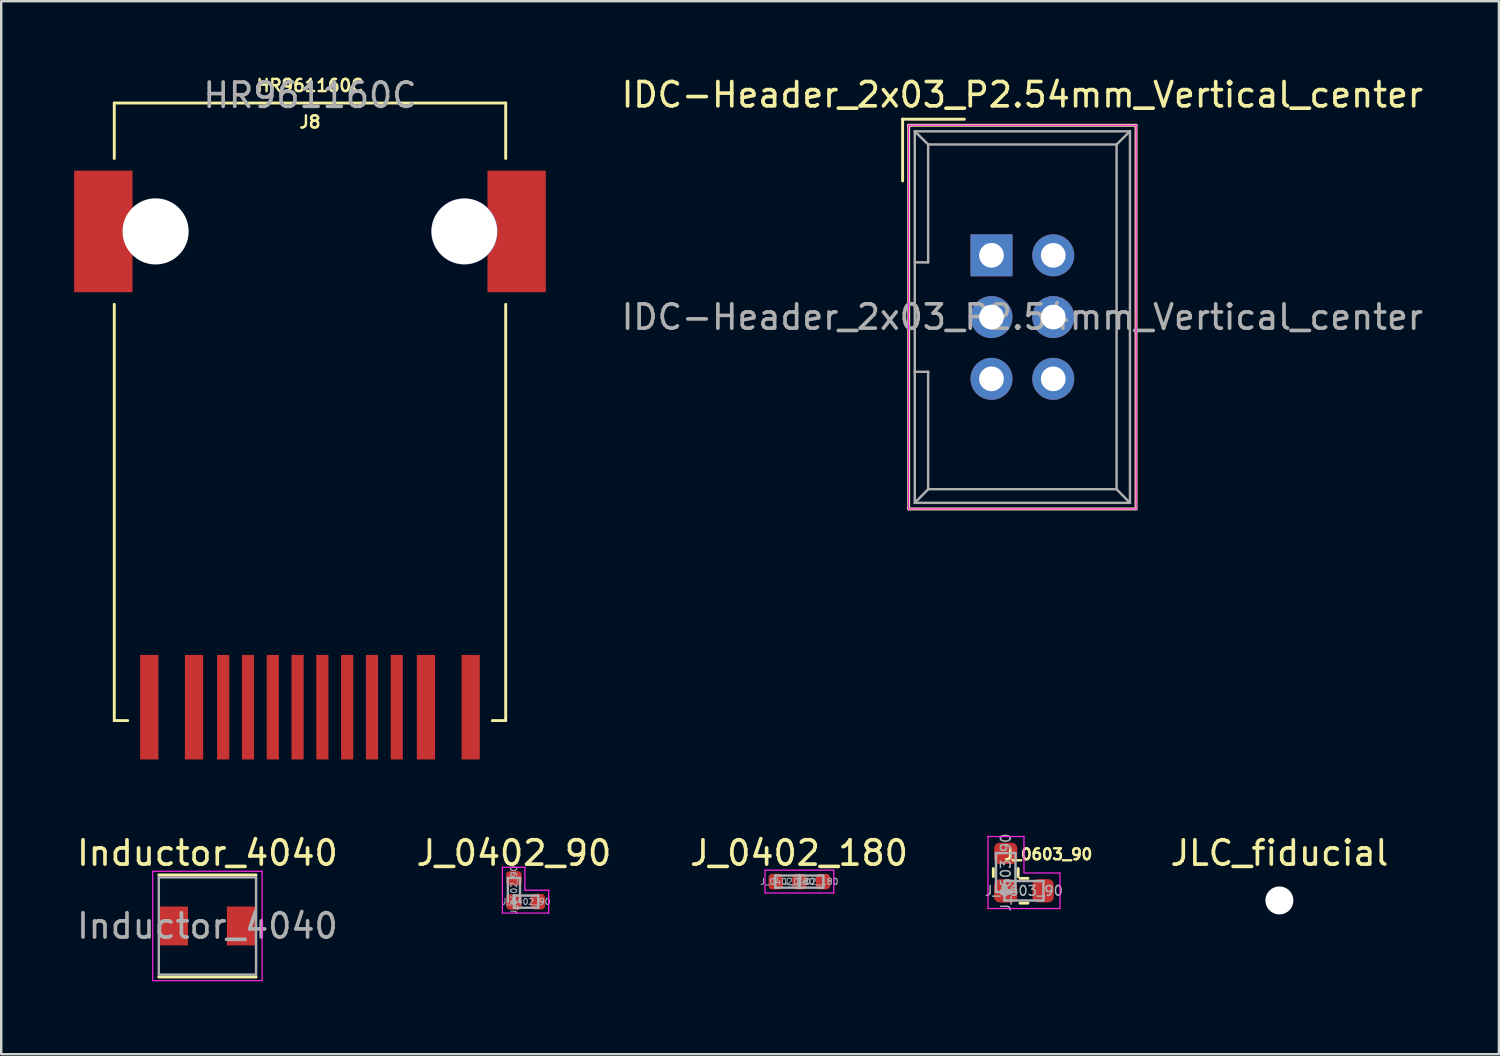
<source format=kicad_pcb>
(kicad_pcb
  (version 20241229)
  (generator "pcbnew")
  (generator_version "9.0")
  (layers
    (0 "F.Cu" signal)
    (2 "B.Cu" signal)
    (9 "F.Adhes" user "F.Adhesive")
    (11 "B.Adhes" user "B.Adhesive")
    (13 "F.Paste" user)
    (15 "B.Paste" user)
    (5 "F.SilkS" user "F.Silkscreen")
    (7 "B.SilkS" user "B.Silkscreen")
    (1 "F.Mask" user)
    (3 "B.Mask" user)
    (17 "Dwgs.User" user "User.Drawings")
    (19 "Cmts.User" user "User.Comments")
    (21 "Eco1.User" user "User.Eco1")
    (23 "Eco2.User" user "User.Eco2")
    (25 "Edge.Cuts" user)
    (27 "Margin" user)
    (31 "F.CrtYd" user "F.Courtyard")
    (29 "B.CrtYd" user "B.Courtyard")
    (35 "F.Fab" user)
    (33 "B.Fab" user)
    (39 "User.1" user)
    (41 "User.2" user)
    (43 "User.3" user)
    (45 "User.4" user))
  (footprint "J_0402_180"
    (layer "F.Cu")
    (at 29.815 33.211)
    (property "Reference" "J_0402_180" (at 0 -1.175 0) (layer "F.SilkS") (effects (font (size 1 1) (thickness 0.15))))
    (attr smd)
    (fp_line (start -1.4 -0.47) (end 1.43 -0.47) (stroke (width 0.05) (type solid)) (layer "F.CrtYd"))
    (fp_line (start -1.4 0.47) (end -1.4 -0.47) (stroke (width 0.05) (type solid)) (layer "F.CrtYd"))
    (fp_line (start 1.43 -0.47) (end 1.43 0.47) (stroke (width 0.05) (type solid)) (layer "F.CrtYd"))
    (fp_line (start 1.43 0.47) (end -1.4 0.47) (stroke (width 0.05) (type solid)) (layer "F.CrtYd"))
    (fp_line (start -0.975 -0.25) (end 0.025 -0.25) (stroke (width 0.1) (type solid)) (layer "F.Fab"))
    (fp_line (start -0.975 0.25) (end -0.975 -0.25) (stroke (width 0.1) (type solid)) (layer "F.Fab"))
    (fp_line (start 0 -0.25) (end 1 -0.25) (stroke (width 0.1) (type solid)) (layer "F.Fab"))
    (fp_line (start 0 0.25) (end 0 -0.25) (stroke (width 0.1) (type solid)) (layer "F.Fab"))
    (fp_line (start 0.025 -0.25) (end 0.025 0.25) (stroke (width 0.1) (type solid)) (layer "F.Fab"))
    (fp_line (start 0.025 0.25) (end -0.975 0.25) (stroke (width 0.1) (type solid)) (layer "F.Fab"))
    (fp_line (start 1 -0.25) (end 1 0.25) (stroke (width 0.1) (type solid)) (layer "F.Fab"))
    (fp_line (start 1 0.25) (end 0 0.25) (stroke (width 0.1) (type solid)) (layer "F.Fab"))
    (fp_text user "${REFERENCE}" (at 0.5 0 0) (layer "F.Fab") (effects (font (size 0.25 0.25) (thickness 0.04))))
    (fp_text user "${REFERENCE}" (at -0.475 0 0) (layer "F.Fab") (effects (font (size 0.25 0.25) (thickness 0.04))))
    (pad "1" smd roundrect (at 0.015 0) (size 0.59 0.64) (layers "F.Cu" "F.Mask" "F.Paste") (roundrect_rratio 0.25))
    (pad "2" smd roundrect (at 0.985 0) (size 0.59 0.64) (layers "F.Cu" "F.Mask" "F.Paste") (roundrect_rratio 0.25))
    (pad "3" smd roundrect (at -0.96 0) (size 0.59 0.64) (layers "F.Cu" "F.Mask" "F.Paste") (roundrect_rratio 0.25)))
  (footprint "Inductor_4040"
    (layer "F.Cu")
    (at 5.482 35.036)
    (property "Reference" "Inductor_4040" (at 0 -3 0) (layer "F.SilkS") (effects (font (size 1 1) (thickness 0.15))))
    (attr smd)
    (fp_line (start -2 -2.1) (end 2 -2.1) (stroke (width 0.12) (type solid)) (layer "F.SilkS"))
    (fp_line (start -2 2.1) (end 2 2.1) (stroke (width 0.12) (type solid)) (layer "F.SilkS"))
    (fp_line (start -2.25 -2.25) (end -2.25 2.25) (stroke (width 0.05) (type solid)) (layer "F.CrtYd"))
    (fp_line (start -2.25 2.25) (end 2.25 2.25) (stroke (width 0.05) (type solid)) (layer "F.CrtYd"))
    (fp_line (start 2.25 -2.25) (end -2.25 -2.25) (stroke (width 0.05) (type solid)) (layer "F.CrtYd"))
    (fp_line (start 2.25 2.25) (end 2.25 -2.25) (stroke (width 0.05) (type solid)) (layer "F.CrtYd"))
    (fp_line (start -2 -2) (end -2 2) (stroke (width 0.1) (type solid)) (layer "F.Fab"))
    (fp_line (start -2 2) (end 2 2) (stroke (width 0.1) (type solid)) (layer "F.Fab"))
    (fp_line (start 2 -2) (end -2 -2) (stroke (width 0.1) (type solid)) (layer "F.Fab"))
    (fp_line (start 2 2) (end 2 -2) (stroke (width 0.1) (type solid)) (layer "F.Fab"))
    (fp_text user "${REFERENCE}" (at 0 0 0) (layer "F.Fab") (effects (font (size 1 1) (thickness 0.15))))
    (pad "1" smd rect (at -1.4 0) (size 1.2 1.6) (layers "F.Cu" "F.Mask" "F.Paste"))
    (pad "2" smd rect (at 1.4 0) (size 1.2 1.6) (layers "F.Cu" "F.Mask" "F.Paste")))
  (footprint "IDC-Header_2x03_P2.54mm_Vertical_center"
    (layer "F.Cu")
    (at 39.031 9.992)
    (property "Reference" "IDC-Header_2x03_P2.54mm_Vertical_center" (at -0.03 -9.144 0) (layer "F.SilkS") (effects (font (size 1 1) (thickness 0.15))))
    (attr through_hole)
    (fp_line (start -4.955 -8.14) (end -4.955 -5.6) (stroke (width 0.12) (type solid)) (layer "F.SilkS"))
    (fp_line (start -4.955 -8.14) (end -2.415 -8.14) (stroke (width 0.12) (type solid)) (layer "F.SilkS"))
    (fp_line (start -4.705 -7.89) (end 4.645 -7.89) (stroke (width 0.12) (type solid)) (layer "F.SilkS"))
    (fp_line (start -4.705 7.89) (end -4.705 -7.89) (stroke (width 0.12) (type solid)) (layer "F.SilkS"))
    (fp_line (start 4.645 -7.89) (end 4.645 7.89) (stroke (width 0.12) (type solid)) (layer "F.SilkS"))
    (fp_line (start 4.645 7.89) (end -4.705 7.89) (stroke (width 0.12) (type solid)) (layer "F.SilkS"))
    (fp_line (start -4.71 -7.89) (end 4.65 -7.89) (stroke (width 0.05) (type solid)) (layer "F.CrtYd"))
    (fp_line (start -4.71 7.89) (end -4.71 -7.89) (stroke (width 0.05) (type solid)) (layer "F.CrtYd"))
    (fp_line (start 4.65 -7.89) (end 4.65 7.89) (stroke (width 0.05) (type solid)) (layer "F.CrtYd"))
    (fp_line (start 4.65 7.89) (end -4.71 7.89) (stroke (width 0.05) (type solid)) (layer "F.CrtYd"))
    (fp_line (start -4.455 -7.64) (end -4.455 7.64) (stroke (width 0.1) (type solid)) (layer "F.Fab"))
    (fp_line (start -4.455 -7.64) (end -3.905 -7.1) (stroke (width 0.1) (type solid)) (layer "F.Fab"))
    (fp_line (start -4.455 7.64) (end -3.905 7.08) (stroke (width 0.1) (type solid)) (layer "F.Fab"))
    (fp_line (start -3.905 -7.1) (end -3.905 -2.25) (stroke (width 0.1) (type solid)) (layer "F.Fab"))
    (fp_line (start -3.905 -2.25) (end -4.455 -2.25) (stroke (width 0.1) (type solid)) (layer "F.Fab"))
    (fp_line (start -3.905 2.25) (end -4.455 2.25) (stroke (width 0.1) (type solid)) (layer "F.Fab"))
    (fp_line (start -3.905 2.25) (end -3.905 7.08) (stroke (width 0.1) (type solid)) (layer "F.Fab"))
    (fp_line (start 3.845 -7.1) (end -3.905 -7.1) (stroke (width 0.1) (type solid)) (layer "F.Fab"))
    (fp_line (start 3.845 -7.1) (end 3.845 7.08) (stroke (width 0.1) (type solid)) (layer "F.Fab"))
    (fp_line (start 3.845 7.08) (end -3.905 7.08) (stroke (width 0.1) (type solid)) (layer "F.Fab"))
    (fp_line (start 4.395 -7.64) (end -4.455 -7.64) (stroke (width 0.1) (type solid)) (layer "F.Fab"))
    (fp_line (start 4.395 -7.64) (end 3.845 -7.1) (stroke (width 0.1) (type solid)) (layer "F.Fab"))
    (fp_line (start 4.395 -7.64) (end 4.395 7.64) (stroke (width 0.1) (type solid)) (layer "F.Fab"))
    (fp_line (start 4.395 7.64) (end -4.455 7.64) (stroke (width 0.1) (type solid)) (layer "F.Fab"))
    (fp_line (start 4.395 7.64) (end 3.845 7.08) (stroke (width 0.1) (type solid)) (layer "F.Fab"))
    (fp_text user "${REFERENCE}" (at -0.03 0 0) (layer "F.Fab") (effects (font (size 1 1) (thickness 0.15))))
    (pad "1" thru_hole rect (at -1.3 -2.54) (size 1.727 1.727) (drill 1.016) (layers "*.Cu" "*.Mask"))
    (pad "2" thru_hole oval (at 1.24 -2.54) (size 1.727 1.727) (drill 1.016) (layers "*.Cu" "*.Mask"))
    (pad "3" thru_hole oval (at -1.3 0) (size 1.727 1.727) (drill 1.016) (layers "*.Cu" "*.Mask"))
    (pad "4" thru_hole oval (at 1.24 0) (size 1.727 1.727) (drill 1.016) (layers "*.Cu" "*.Mask"))
    (pad "5" thru_hole oval (at -1.3 2.54) (size 1.727 1.727) (drill 1.016) (layers "*.Cu" "*.Mask"))
    (pad "6" thru_hole oval (at 1.24 2.54) (size 1.727 1.727) (drill 1.016) (layers "*.Cu" "*.Mask")))
  (footprint "J_0402_90"
    (layer "F.Cu")
    (at 18.089 34.036)
    (property "Reference" "J_0402_90" (at 0 -2 0) (layer "F.SilkS") (effects (font (size 1 1) (thickness 0.15))))
    (attr smd)
    (fp_line (start -0.475 0.47) (end -0.475 -1.415) (stroke (width 0.05) (type solid)) (layer "F.CrtYd"))
    (fp_line (start 0.45 -1.415) (end -0.475 -1.415) (stroke (width 0.05) (type solid)) (layer "F.CrtYd"))
    (fp_line (start 0.45 -0.475) (end 0.45 -1.415) (stroke (width 0.05) (type solid)) (layer "F.CrtYd"))
    (fp_line (start 0.45 -0.47) (end 1.43 -0.47) (stroke (width 0.05) (type solid)) (layer "F.CrtYd"))
    (fp_line (start 1.43 -0.47) (end 1.43 0.47) (stroke (width 0.05) (type solid)) (layer "F.CrtYd"))
    (fp_line (start 1.43 0.47) (end -0.475 0.47) (stroke (width 0.05) (type solid)) (layer "F.CrtYd"))
    (fp_line (start -0.25 -0.975) (end 0.25 -0.975) (stroke (width 0.1) (type solid)) (layer "F.Fab"))
    (fp_line (start -0.25 0.025) (end -0.25 -0.975) (stroke (width 0.1) (type solid)) (layer "F.Fab"))
    (fp_line (start 0 -0.25) (end 1 -0.25) (stroke (width 0.1) (type solid)) (layer "F.Fab"))
    (fp_line (start 0 0.25) (end 0 -0.25) (stroke (width 0.1) (type solid)) (layer "F.Fab"))
    (fp_line (start 0.025 -0.25) (end 0.025 0.25) (stroke (width 0.1) (type solid)) (layer "F.Fab"))
    (fp_line (start 0.25 -0.975) (end 0.25 0.025) (stroke (width 0.1) (type solid)) (layer "F.Fab"))
    (fp_line (start 1 -0.25) (end 1 0.25) (stroke (width 0.1) (type solid)) (layer "F.Fab"))
    (fp_line (start 1 0.25) (end 0 0.25) (stroke (width 0.1) (type solid)) (layer "F.Fab"))
    (fp_text user "${REFERENCE}" (at 0.5 0 0) (layer "F.Fab") (effects (font (size 0.25 0.25) (thickness 0.04))))
    (fp_text user "${REFERENCE}" (at 0 -0.475 270) (layer "F.Fab") (effects (font (size 0.25 0.25) (thickness 0.04))))
    (pad "1" smd roundrect (at 0.985 0) (size 0.59 0.64) (layers "F.Cu" "F.Mask" "F.Paste") (roundrect_rratio 0.25))
    (pad "2" smd roundrect (at 0 0.015 270) (size 0.64 0.64) (layers "F.Cu" "F.Mask" "F.Paste") (roundrect_rratio 0.25))
    (pad "3" smd roundrect (at 0 -0.96 270) (size 0.59 0.64) (layers "F.Cu" "F.Mask" "F.Paste") (roundrect_rratio 0.25)))
  (footprint "HR961160C"
    (layer "F.Cu")
    (at 9.7 6.468)
    (property "Reference" "HR961160C" (at 0 -6 0) (layer "F.SilkS") (effects (font (size 0.5 0.5) (thickness 0.1))))
    (attr through_hole)
    (fp_line (start -8.05 -5.28) (end 8.05 -5.28) (stroke (width 0.12) (type solid)) (layer "F.SilkS"))
    (fp_line (start -8.05 -3) (end -8.05 -5.28) (stroke (width 0.12) (type solid)) (layer "F.SilkS"))
    (fp_line (start -8.05 20.12) (end -8.05 3) (stroke (width 0.12) (type solid)) (layer "F.SilkS"))
    (fp_line (start -7.5 20.12) (end -8.05 20.12) (stroke (width 0.12) (type solid)) (layer "F.SilkS"))
    (fp_line (start 8.05 -5.28) (end 8.05 -3) (stroke (width 0.12) (type solid)) (layer "F.SilkS"))
    (fp_line (start 8.05 3) (end 8.05 20.12) (stroke (width 0.12) (type solid)) (layer "F.SilkS"))
    (fp_line (start 8.05 20.12) (end 7.5 20.12) (stroke (width 0.12) (type solid)) (layer "F.SilkS"))
    (fp_text user "J8" (at 0 -4.5 0) (layer "F.SilkS") (effects (font (size 0.5 0.5) (thickness 0.1))))
    (fp_text user "HR961160C" (at 0 -5.6 0) (layer "F.Fab") (effects (font (size 1 1) (thickness 0.15))))
    (pad "" np_thru_hole circle (at -6.35 0 180) (size 2.72 2.72) (drill 2.72) (layers "*.Cu" "*.Mask"))
    (pad "" np_thru_hole circle (at 6.35 0) (size 2.72 2.72) (drill 2.7) (layers "*.Cu" "*.Mask"))
    (pad "P1" smd rect (at -6.61 19.57) (size 0.75 4.3) (layers "F.Cu" "F.Mask" "F.Paste"))
    (pad "P2" smd rect (at -4.77 19.57) (size 0.75 4.3) (layers "F.Cu" "F.Mask" "F.Paste"))
    (pad "P3" smd rect (at -3.57 19.57) (size 0.5 4.3) (layers "F.Cu" "F.Mask" "F.Paste"))
    (pad "P4" smd rect (at -2.55 19.57) (size 0.5 4.3) (layers "F.Cu" "F.Mask" "F.Paste"))
    (pad "P5" smd rect (at -1.53 19.57) (size 0.5 4.3) (layers "F.Cu" "F.Mask" "F.Paste"))
    (pad "P6" smd rect (at -0.51 19.57) (size 0.5 4.3) (layers "F.Cu" "F.Mask" "F.Paste"))
    (pad "P7" smd rect (at 0.51 19.57) (size 0.5 4.3) (layers "F.Cu" "F.Mask" "F.Paste"))
    (pad "P8" smd rect (at 1.53 19.57) (size 0.5 4.3) (layers "F.Cu" "F.Mask" "F.Paste"))
    (pad "P9" smd rect (at 2.55 19.57) (size 0.5 4.3) (layers "F.Cu" "F.Mask" "F.Paste"))
    (pad "P10" smd rect (at 3.57 19.57) (size 0.5 4.3) (layers "F.Cu" "F.Mask" "F.Paste"))
    (pad "P11" smd rect (at 4.77 19.57) (size 0.75 4.3) (layers "F.Cu" "F.Mask" "F.Paste"))
    (pad "P12" smd rect (at 6.61 19.57) (size 0.75 4.3) (layers "F.Cu" "F.Mask" "F.Paste"))
    (pad "SH" smd rect (at -8.5 0) (size 2.4 5) (layers "F.Cu" "F.Mask" "F.Paste"))
    (pad "SH" smd rect (at 8.5 0) (size 2.4 5) (layers "F.Cu" "F.Mask" "F.Paste")))
  (footprint "J_0603_90"
    (layer "F.Cu")
    (at 39.067 33.588)
    (property "Reference" "J_0603_90" (at 1 -1.5 0) (layer "F.SilkS") (effects (font (size 0.45 0.45) (thickness 0.1))))
    (attr smd)
    (fp_line (start -1.26 -0.587) (end -1.26 -0.913) (stroke (width 0.12) (type solid)) (layer "F.SilkS"))
    (fp_line (start -0.24 -0.587) (end -0.24 -0.913) (stroke (width 0.12) (type solid)) (layer "F.SilkS"))
    (fp_line (start -0.163 -0.51) (end 0.163 -0.51) (stroke (width 0.12) (type solid)) (layer "F.SilkS"))
    (fp_line (start -0.163 0.51) (end 0.163 0.51) (stroke (width 0.12) (type solid)) (layer "F.SilkS"))
    (fp_line (start -1.48 -2.23) (end 0 -2.23) (stroke (width 0.05) (type solid)) (layer "F.CrtYd"))
    (fp_line (start -1.48 0.73) (end -1.48 -2.25) (stroke (width 0.05) (type solid)) (layer "F.CrtYd"))
    (fp_line (start 0 -0.75) (end 0 -2.25) (stroke (width 0.05) (type solid)) (layer "F.CrtYd"))
    (fp_line (start 0 -0.73) (end 1.48 -0.73) (stroke (width 0.05) (type solid)) (layer "F.CrtYd"))
    (fp_line (start 1.48 -0.73) (end 1.48 0.73) (stroke (width 0.05) (type solid)) (layer "F.CrtYd"))
    (fp_line (start 1.48 0.73) (end -1.48 0.73) (stroke (width 0.05) (type solid)) (layer "F.CrtYd"))
    (fp_line (start -1.15 -1.55) (end -0.35 -1.55) (stroke (width 0.1) (type solid)) (layer "F.Fab"))
    (fp_line (start -1.15 0.05) (end -1.15 -1.55) (stroke (width 0.1) (type solid)) (layer "F.Fab"))
    (fp_line (start -0.8 -0.4) (end 0.8 -0.4) (stroke (width 0.1) (type solid)) (layer "F.Fab"))
    (fp_line (start -0.8 0.4) (end -0.8 -0.4) (stroke (width 0.1) (type solid)) (layer "F.Fab"))
    (fp_line (start -0.35 -1.55) (end -0.35 0.05) (stroke (width 0.1) (type solid)) (layer "F.Fab"))
    (fp_line (start -0.35 0.05) (end -1.15 0.05) (stroke (width 0.1) (type solid)) (layer "F.Fab"))
    (fp_line (start 0.8 -0.4) (end 0.8 0.4) (stroke (width 0.1) (type solid)) (layer "F.Fab"))
    (fp_line (start 0.8 0.4) (end -0.8 0.4) (stroke (width 0.1) (type solid)) (layer "F.Fab"))
    (fp_text user "${REFERENCE}" (at -0.75 -0.75 90) (layer "F.Fab") (effects (font (size 0.4 0.4) (thickness 0.06))))
    (fp_text user "${REFERENCE}" (at 0 0 0) (layer "F.Fab") (effects (font (size 0.4 0.4) (thickness 0.06))))
    (pad "1" smd roundrect (at 0.787 0) (size 0.875 0.95) (layers "F.Cu" "F.Mask" "F.Paste") (roundrect_rratio 0.25))
    (pad "2" smd roundrect (at -0.787 0) (size 0.875 0.95) (layers "F.Cu" "F.Mask" "F.Paste") (roundrect_rratio 0.25))
    (pad "2" smd roundrect (at -0.75 0.037 90) (size 0.875 0.95) (layers "F.Cu" "F.Mask" "F.Paste") (roundrect_rratio 0.25))
    (pad "3" smd roundrect (at -0.75 -1.538 90) (size 0.875 0.95) (layers "F.Cu" "F.Mask" "F.Paste") (roundrect_rratio 0.25)))
  (footprint "JLC_fiducial"
    (layer "F.Cu")
    (at 49.573 33.986)
    (property "Reference" "JLC_fiducial" (at 0 -1.95 0) (layer "F.SilkS") (effects (font (size 1 1) (thickness 0.15))))
    (attr through_hole)
    (pad "" np_thru_hole circle (at 0 0) (size 1.152 1.152) (drill 1.152) (layers "*.Cu" "*.Mask")))
  (gr_rect
    (start -3 -3)
    (end 58.602 40.311)
    (stroke (width 0.1) (type default))
    (fill no)
    (layer "Edge.Cuts")))
</source>
